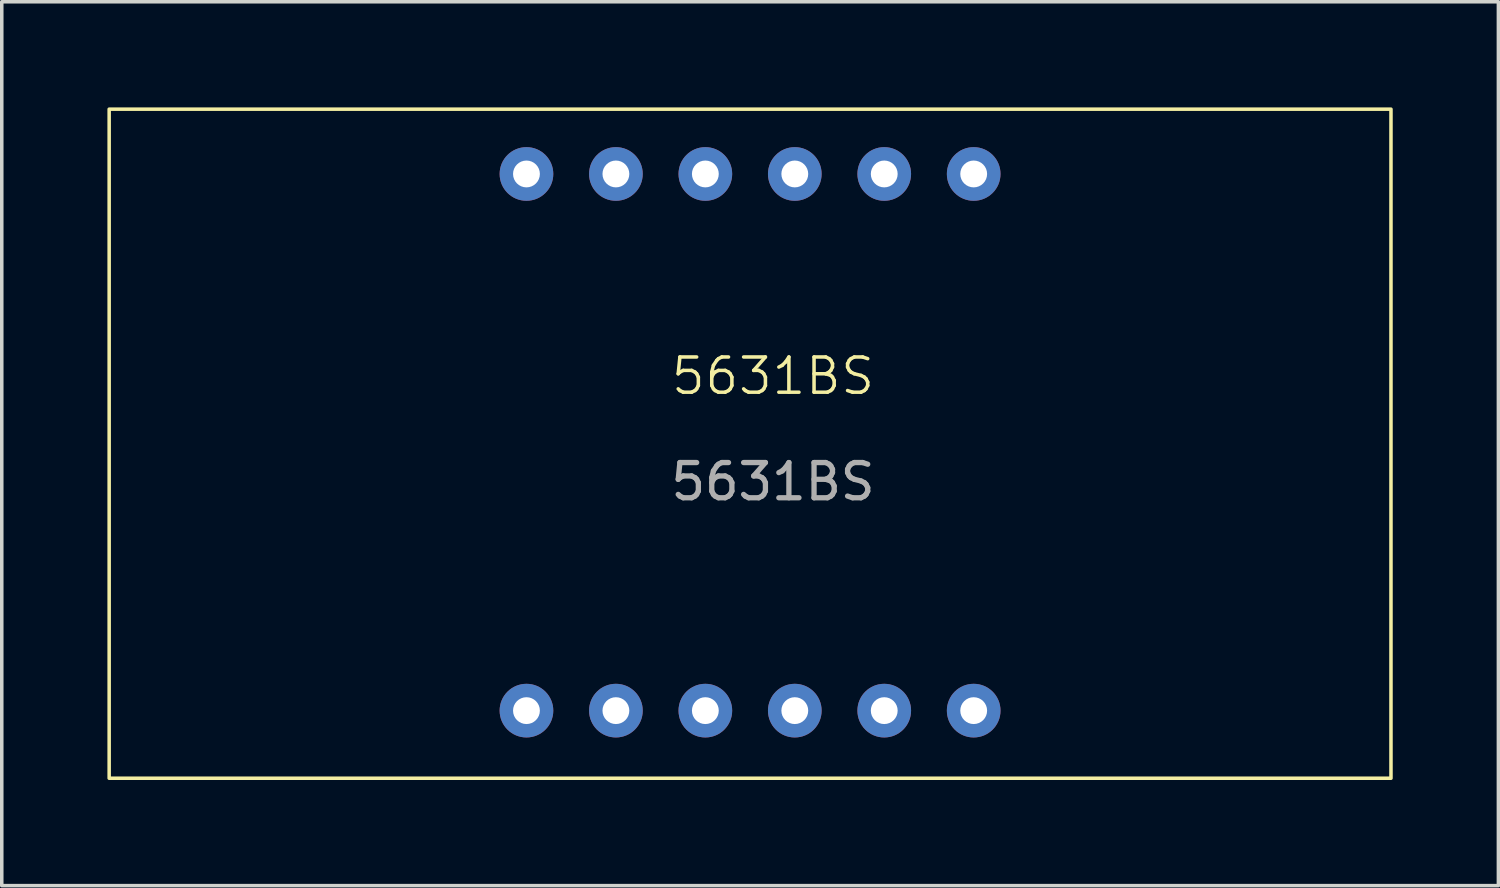
<source format=kicad_pcb>
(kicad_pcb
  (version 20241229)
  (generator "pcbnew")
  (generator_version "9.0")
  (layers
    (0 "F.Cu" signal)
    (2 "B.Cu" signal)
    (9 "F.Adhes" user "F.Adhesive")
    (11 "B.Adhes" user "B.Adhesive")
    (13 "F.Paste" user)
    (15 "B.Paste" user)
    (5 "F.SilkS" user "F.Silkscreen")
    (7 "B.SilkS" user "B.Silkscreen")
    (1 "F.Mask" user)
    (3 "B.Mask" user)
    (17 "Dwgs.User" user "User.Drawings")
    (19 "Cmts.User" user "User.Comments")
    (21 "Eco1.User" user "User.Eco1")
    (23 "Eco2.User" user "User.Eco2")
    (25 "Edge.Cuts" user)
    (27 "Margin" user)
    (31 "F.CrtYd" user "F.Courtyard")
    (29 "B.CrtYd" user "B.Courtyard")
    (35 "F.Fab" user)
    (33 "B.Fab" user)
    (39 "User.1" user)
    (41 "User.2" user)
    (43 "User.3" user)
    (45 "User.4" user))
  (footprint "5631BS"
    (layer "F.Cu")
    (at 11.9 17.13)
    (property "Reference" "5631BS" (at 7 -9.5 0) (unlocked yes) (layer "F.SilkS") (effects (font (size 1 1) (thickness 0.1))))
    (attr through_hole)
    (fp_rect (start -11.85 -17.08) (end 24.55 1.92) (stroke (width 0.1) (type default)) (fill no) (layer "F.SilkS"))
    (fp_text user "${REFERENCE}" (at 7 -6.5 0) (unlocked yes) (layer "F.Fab") (effects (font (size 1 1) (thickness 0.15))))
    (pad "1" thru_hole circle (at 0 0) (size 1.524 1.524) (drill 0.762) (layers "*.Cu" "*.Mask"))
    (pad "2" thru_hole circle (at 2.54 0) (size 1.524 1.524) (drill 0.762) (layers "*.Cu" "*.Mask"))
    (pad "3" thru_hole circle (at 5.08 0) (size 1.524 1.524) (drill 0.762) (layers "*.Cu" "*.Mask"))
    (pad "4" thru_hole circle (at 7.62 0) (size 1.524 1.524) (drill 0.762) (layers "*.Cu" "*.Mask"))
    (pad "5" thru_hole circle (at 10.16 0) (size 1.524 1.524) (drill 0.762) (layers "*.Cu" "*.Mask"))
    (pad "6" thru_hole circle (at 12.7 0) (size 1.524 1.524) (drill 0.762) (layers "*.Cu" "*.Mask"))
    (pad "7" thru_hole circle (at 12.7 -15.24) (size 1.524 1.524) (drill 0.762) (layers "*.Cu" "*.Mask"))
    (pad "8" thru_hole circle (at 10.16 -15.24) (size 1.524 1.524) (drill 0.762) (layers "*.Cu" "*.Mask"))
    (pad "9" thru_hole circle (at 7.62 -15.24) (size 1.524 1.524) (drill 0.762) (layers "*.Cu" "*.Mask"))
    (pad "10" thru_hole circle (at 5.08 -15.24) (size 1.524 1.524) (drill 0.762) (layers "*.Cu" "*.Mask"))
    (pad "11" thru_hole circle (at 2.54 -15.24) (size 1.524 1.524) (drill 0.762) (layers "*.Cu" "*.Mask"))
    (pad "12" thru_hole circle (at 0 -15.24) (size 1.524 1.524) (drill 0.762) (layers "*.Cu" "*.Mask")))
  (gr_rect
    (start -3 -3)
    (end 39.5 22.1)
    (stroke (width 0.1) (type default))
    (fill no)
    (layer "Edge.Cuts")))
</source>
